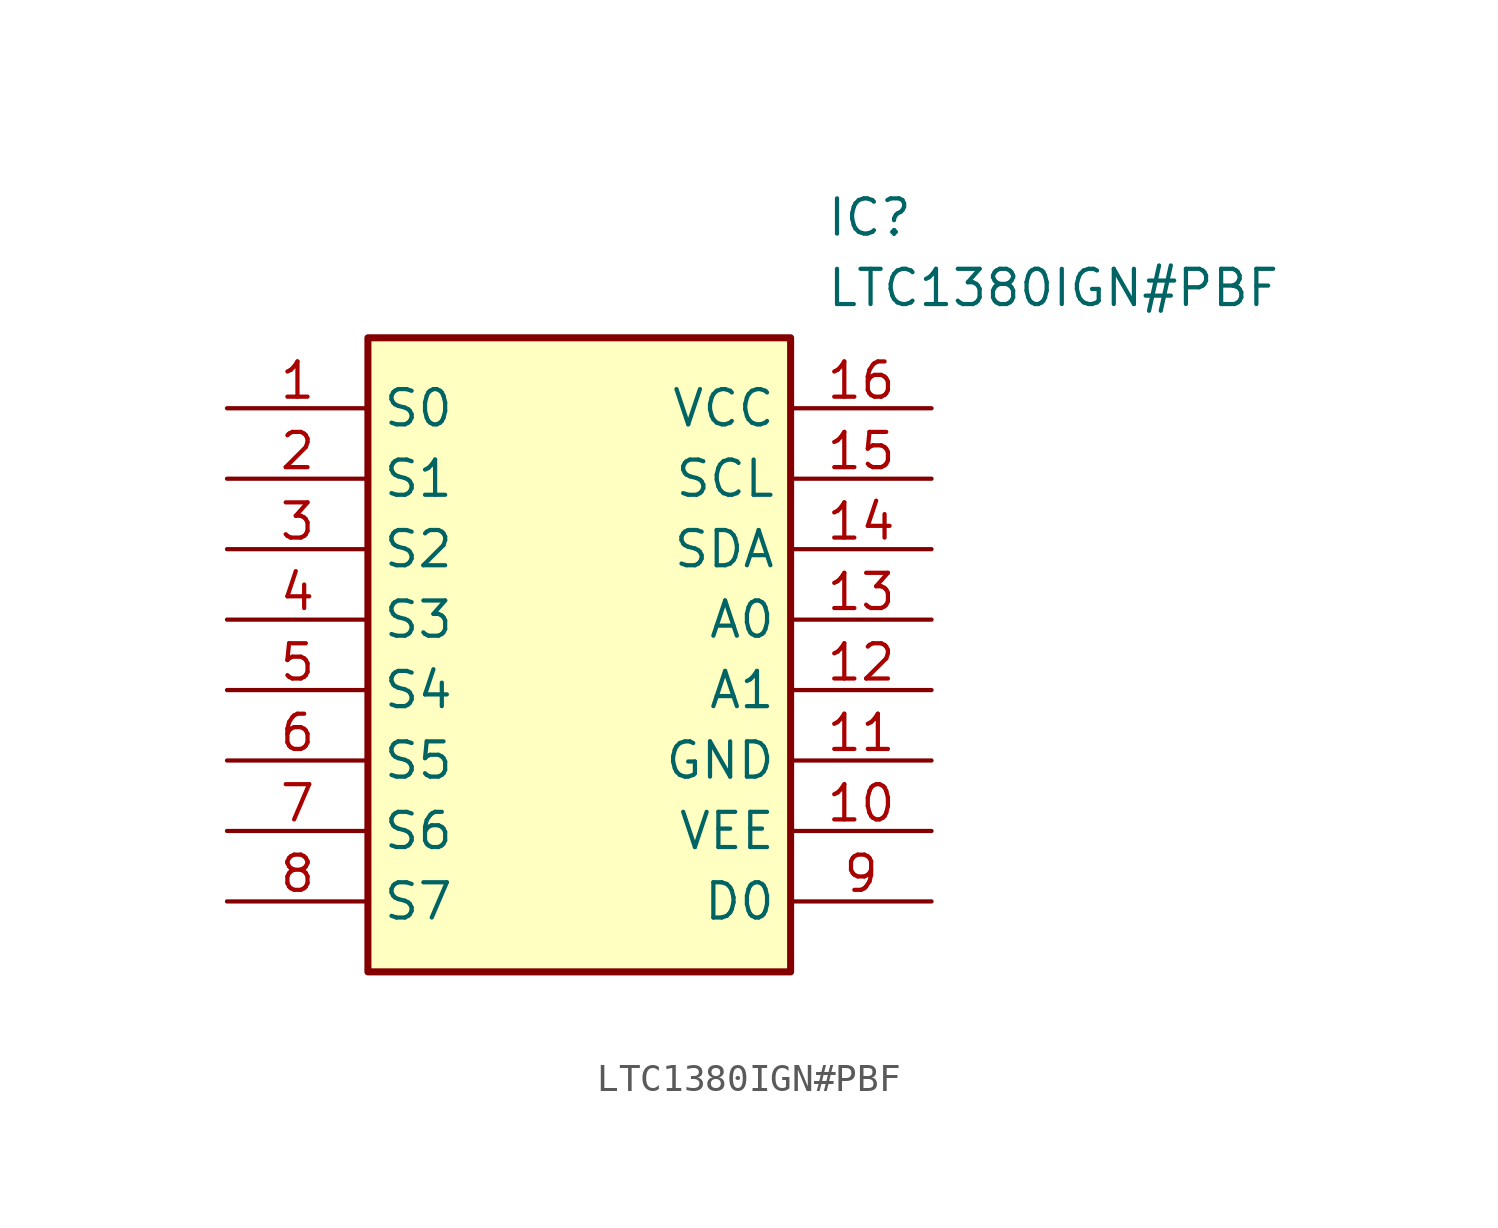
<source format=kicad_sym>
(kicad_symbol_lib
  (version 20241209)
  (generator "kicad_symbol_editor")
  (generator_version "9.0")
  (symbol "LTC1380IGN#PBF"
    (property "Reference" "IC"
      (at 21.59 7.62 0)
      (effects (font (size 1.27 1.27)) (justify left top)))
    (property "Value" "LTC1380IGN#PBF"
      (at 21.59 5.08 0)
      (effects (font (size 1.27 1.27)) (justify left top)))
    (symbol "LTC1380IGN#PBF_1_1"
      (rectangle (start 5.08 2.54) (end 20.32 -20.32) (stroke (width 0.254) (type default)) (fill (type background)))
      (pin passive line (at 0 0 0) (length 5.08) (name "S0" (effects (font (size 1.27 1.27)))) (number "1" (effects (font (size 1.27 1.27)))))
      (pin passive line (at 0 -2.54 0) (length 5.08) (name "S1" (effects (font (size 1.27 1.27)))) (number "2" (effects (font (size 1.27 1.27)))))
      (pin passive line (at 0 -5.08 0) (length 5.08) (name "S2" (effects (font (size 1.27 1.27)))) (number "3" (effects (font (size 1.27 1.27)))))
      (pin passive line (at 0 -7.62 0) (length 5.08) (name "S3" (effects (font (size 1.27 1.27)))) (number "4" (effects (font (size 1.27 1.27)))))
      (pin passive line (at 0 -10.16 0) (length 5.08) (name "S4" (effects (font (size 1.27 1.27)))) (number "5" (effects (font (size 1.27 1.27)))))
      (pin passive line (at 0 -12.7 0) (length 5.08) (name "S5" (effects (font (size 1.27 1.27)))) (number "6" (effects (font (size 1.27 1.27)))))
      (pin passive line (at 0 -15.24 0) (length 5.08) (name "S6" (effects (font (size 1.27 1.27)))) (number "7" (effects (font (size 1.27 1.27)))))
      (pin passive line (at 0 -17.78 0) (length 5.08) (name "S7" (effects (font (size 1.27 1.27)))) (number "8" (effects (font (size 1.27 1.27)))))
      (pin passive line (at 25.4 0 180) (length 5.08) (name "VCC" (effects (font (size 1.27 1.27)))) (number "16" (effects (font (size 1.27 1.27)))))
      (pin passive line (at 25.4 -2.54 180) (length 5.08) (name "SCL" (effects (font (size 1.27 1.27)))) (number "15" (effects (font (size 1.27 1.27)))))
      (pin passive line (at 25.4 -5.08 180) (length 5.08) (name "SDA" (effects (font (size 1.27 1.27)))) (number "14" (effects (font (size 1.27 1.27)))))
      (pin passive line (at 25.4 -7.62 180) (length 5.08) (name "A0" (effects (font (size 1.27 1.27)))) (number "13" (effects (font (size 1.27 1.27)))))
      (pin passive line (at 25.4 -10.16 180) (length 5.08) (name "A1" (effects (font (size 1.27 1.27)))) (number "12" (effects (font (size 1.27 1.27)))))
      (pin passive line (at 25.4 -12.7 180) (length 5.08) (name "GND" (effects (font (size 1.27 1.27)))) (number "11" (effects (font (size 1.27 1.27)))))
      (pin passive line (at 25.4 -15.24 180) (length 5.08) (name "VEE" (effects (font (size 1.27 1.27)))) (number "10" (effects (font (size 1.27 1.27)))))
      (pin passive line (at 25.4 -17.78 180) (length 5.08) (name "D0" (effects (font (size 1.27 1.27)))) (number "9" (effects (font (size 1.27 1.27))))))))
</source>
